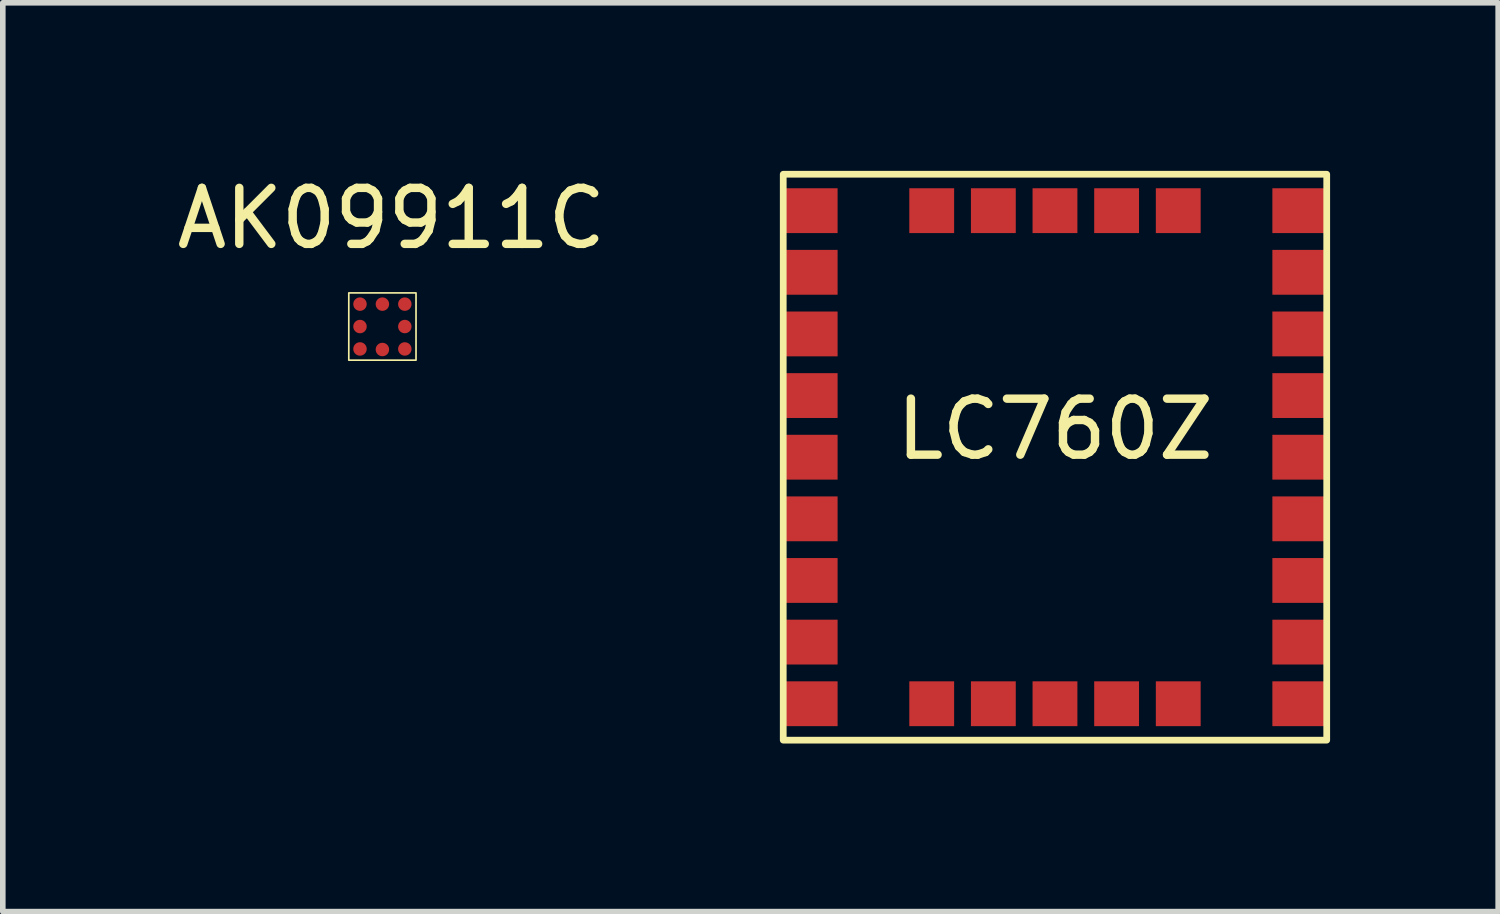
<source format=kicad_pcb>
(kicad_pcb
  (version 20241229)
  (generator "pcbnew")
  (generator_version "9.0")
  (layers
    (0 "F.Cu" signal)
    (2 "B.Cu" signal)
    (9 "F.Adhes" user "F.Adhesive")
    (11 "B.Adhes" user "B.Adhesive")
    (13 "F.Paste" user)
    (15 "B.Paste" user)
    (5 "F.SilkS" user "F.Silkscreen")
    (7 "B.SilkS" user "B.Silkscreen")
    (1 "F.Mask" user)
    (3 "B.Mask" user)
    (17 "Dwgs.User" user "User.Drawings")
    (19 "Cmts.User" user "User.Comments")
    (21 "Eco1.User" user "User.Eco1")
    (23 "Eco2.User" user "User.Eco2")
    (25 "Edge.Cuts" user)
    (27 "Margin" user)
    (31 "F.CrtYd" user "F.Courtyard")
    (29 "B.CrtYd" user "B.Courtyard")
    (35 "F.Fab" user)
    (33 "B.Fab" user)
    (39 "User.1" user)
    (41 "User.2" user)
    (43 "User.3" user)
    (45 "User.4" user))
  (footprint "LC760Z"
    (layer "F.Cu")
    (at 15.779 5.11)
    (property "Reference" "LC760Z" (at 0 -0.5 0) (unlocked yes) (layer "F.SilkS") (effects (font (size 1 1) (thickness 0.15))))
    (attr smd)
    (fp_rect (start -4.85 -5.05) (end 4.85 5.05) (stroke (width 0.12) (type default)) (fill no) (layer "F.SilkS"))
    (pad "1" smd rect (at -4.38 -4.4) (size 1 0.8) (layers "F.Cu" "F.Mask" "F.Paste"))
    (pad "2" smd rect (at -4.38 -3.3) (size 1 0.8) (layers "F.Cu" "F.Mask" "F.Paste"))
    (pad "3" smd rect (at -4.38 -2.2) (size 1 0.8) (layers "F.Cu" "F.Mask" "F.Paste"))
    (pad "4" smd rect (at -4.38 -1.1) (size 1 0.8) (layers "F.Cu" "F.Mask" "F.Paste"))
    (pad "5" smd rect (at -4.38 0) (size 1 0.8) (layers "F.Cu" "F.Mask" "F.Paste"))
    (pad "6" smd rect (at -4.38 1.1) (size 1 0.8) (layers "F.Cu" "F.Mask" "F.Paste"))
    (pad "7" smd rect (at -4.38 2.2) (size 1 0.8) (layers "F.Cu" "F.Mask" "F.Paste"))
    (pad "8" smd rect (at -4.38 3.3) (size 1 0.8) (layers "F.Cu" "F.Mask" "F.Paste"))
    (pad "9" smd rect (at -4.38 4.4) (size 1 0.8) (layers "F.Cu" "F.Mask" "F.Paste"))
    (pad "10" smd rect (at 4.38 4.4) (size 1 0.8) (layers "F.Cu" "F.Mask" "F.Paste"))
    (pad "11" smd rect (at 4.38 3.3) (size 1 0.8) (layers "F.Cu" "F.Mask" "F.Paste"))
    (pad "12" smd rect (at 4.38 2.2) (size 1 0.8) (layers "F.Cu" "F.Mask" "F.Paste"))
    (pad "13" smd rect (at 4.38 1.1) (size 1 0.8) (layers "F.Cu" "F.Mask" "F.Paste"))
    (pad "14" smd rect (at 4.38 0) (size 1 0.8) (layers "F.Cu" "F.Mask" "F.Paste"))
    (pad "15" smd rect (at 4.38 -1.1) (size 1 0.8) (layers "F.Cu" "F.Mask" "F.Paste"))
    (pad "16" smd rect (at 4.38 -2.2) (size 1 0.8) (layers "F.Cu" "F.Mask" "F.Paste"))
    (pad "17" smd rect (at 4.38 -3.3) (size 1 0.8) (layers "F.Cu" "F.Mask" "F.Paste"))
    (pad "18" smd rect (at 4.38 -4.4) (size 1 0.8) (layers "F.Cu" "F.Mask" "F.Paste"))
    (pad "19" smd rect (at 2.2 -4.4) (size 0.8 0.8) (layers "F.Cu" "F.Mask" "F.Paste"))
    (pad "20" smd rect (at 1.1 -4.4) (size 0.8 0.8) (layers "F.Cu" "F.Mask" "F.Paste"))
    (pad "21" smd rect (at 0 -4.4) (size 0.8 0.8) (layers "F.Cu" "F.Mask" "F.Paste"))
    (pad "22" smd rect (at -1.1 -4.4) (size 0.8 0.8) (layers "F.Cu" "F.Mask" "F.Paste"))
    (pad "23" smd rect (at -2.2 -4.4) (size 0.8 0.8) (layers "F.Cu" "F.Mask" "F.Paste"))
    (pad "24" smd rect (at -2.2 4.4) (size 0.8 0.8) (layers "F.Cu" "F.Mask" "F.Paste"))
    (pad "25" smd rect (at -1.1 4.4) (size 0.8 0.8) (layers "F.Cu" "F.Mask" "F.Paste"))
    (pad "26" smd rect (at 0 4.4) (size 0.8 0.8) (layers "F.Cu" "F.Mask" "F.Paste"))
    (pad "27" smd rect (at 1.1 4.4) (size 0.8 0.8) (layers "F.Cu" "F.Mask" "F.Paste"))
    (pad "28" smd rect (at 2.2 4.4) (size 0.8 0.8) (layers "F.Cu" "F.Mask" "F.Paste")))
  (footprint "AK09911C"
    (layer "F.Cu")
    (at 3.775 2.778)
    (property "Reference" "AK09911C" (at 0.16 -1.93 0) (unlocked yes) (layer "F.SilkS") (effects (font (size 1 1) (thickness 0.15))))
    (attr smd)
    (fp_rect (start -0.6 -0.6) (end 0.6 0.6) (stroke (width 0.03) (type default)) (fill no) (layer "F.SilkS"))
    (pad "A1" smd circle (at 0.4 0.4) (size 0.24 0.24) (layers "F.Cu" "F.Mask" "F.Paste"))
    (pad "A2" smd circle (at 0 0.41) (size 0.24 0.24) (layers "F.Cu" "F.Mask" "F.Paste"))
    (pad "A3" smd circle (at -0.4 0.4) (size 0.24 0.24) (layers "F.Cu" "F.Mask" "F.Paste"))
    (pad "B1" smd circle (at 0.4 0) (size 0.24 0.24) (layers "F.Cu" "F.Mask" "F.Paste"))
    (pad "B3" smd circle (at -0.4 0) (size 0.24 0.24) (layers "F.Cu" "F.Mask" "F.Paste"))
    (pad "C1" smd circle (at 0.4 -0.4) (size 0.24 0.24) (layers "F.Cu" "F.Mask" "F.Paste"))
    (pad "C2" smd circle (at 0 -0.4) (size 0.24 0.24) (layers "F.Cu" "F.Mask" "F.Paste"))
    (pad "C3" smd circle (at -0.4 -0.4) (size 0.24 0.24) (layers "F.Cu" "F.Mask" "F.Paste")))
  (gr_rect
    (start -3 -3)
    (end 23.689 13.22)
    (stroke (width 0.1) (type default))
    (fill no)
    (layer "Edge.Cuts")))
</source>
